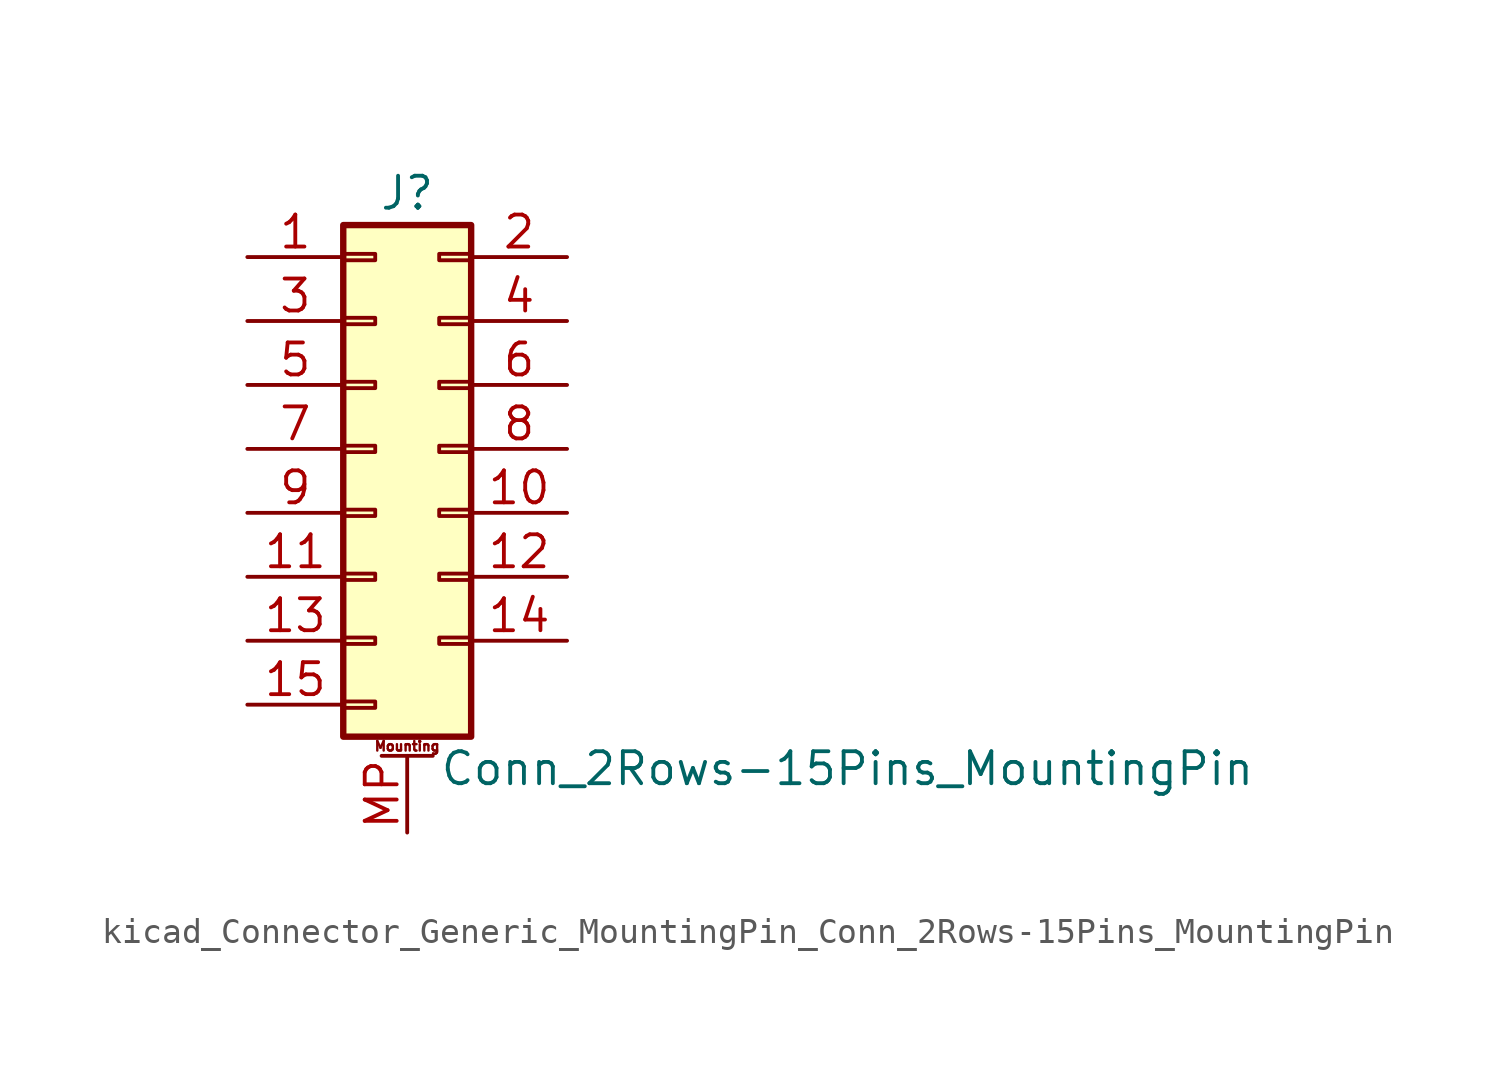
<source format=kicad_sym>
(kicad_symbol_lib
  (version 20220914)
  (generator kicad_symbol_editor)
  (symbol "kicad_Connector_Generic_MountingPin_Conn_2Rows-15Pins_MountingPin"
    (pin_names
      (offset 1.016) hide)
    (property "Reference" "J"
      (at 1.27 10.16 0)
      (effects (font (size 1.27 1.27))))
    (property "Value" "Conn_2Rows-15Pins_MountingPin"
      (at 2.54 -12.7 0)
      (effects (font (size 1.27 1.27)) (justify left)))
    (symbol "kicad_Connector_Generic_MountingPin_Conn_2Rows-15Pins_MountingPin_1_1"
      (rectangle (start -1.27 -10.033) (end 0 -10.287) (stroke (width 0.152) (type default)) (fill (type none)))
      (rectangle (start -1.27 -7.493) (end 0 -7.747) (stroke (width 0.152) (type default)) (fill (type none)))
      (rectangle (start -1.27 -4.953) (end 0 -5.207) (stroke (width 0.152) (type default)) (fill (type none)))
      (rectangle (start -1.27 -2.413) (end 0 -2.667) (stroke (width 0.152) (type default)) (fill (type none)))
      (rectangle (start -1.27 0.127) (end 0 -0.127) (stroke (width 0.152) (type default)) (fill (type none)))
      (rectangle (start -1.27 2.667) (end 0 2.413) (stroke (width 0.152) (type default)) (fill (type none)))
      (rectangle (start -1.27 5.207) (end 0 4.953) (stroke (width 0.152) (type default)) (fill (type none)))
      (rectangle (start -1.27 7.747) (end 0 7.493) (stroke (width 0.152) (type default)) (fill (type none)))
      (rectangle (start -1.27 8.89) (end 3.81 -11.43) (stroke (width 0.254) (type default)) (fill (type background)))
      (polyline (pts (xy 0.254 -12.192) (xy 2.286 -12.192)) (stroke (width 0.152) (type default)) (fill (type none)))
      (rectangle (start 3.81 -7.493) (end 2.54 -7.747) (stroke (width 0.152) (type default)) (fill (type none)))
      (rectangle (start 3.81 -4.953) (end 2.54 -5.207) (stroke (width 0.152) (type default)) (fill (type none)))
      (rectangle (start 3.81 -2.413) (end 2.54 -2.667) (stroke (width 0.152) (type default)) (fill (type none)))
      (rectangle (start 3.81 0.127) (end 2.54 -0.127) (stroke (width 0.152) (type default)) (fill (type none)))
      (rectangle (start 3.81 2.667) (end 2.54 2.413) (stroke (width 0.152) (type default)) (fill (type none)))
      (rectangle (start 3.81 5.207) (end 2.54 4.953) (stroke (width 0.152) (type default)) (fill (type none)))
      (rectangle (start 3.81 7.747) (end 2.54 7.493) (stroke (width 0.152) (type default)) (fill (type none)))
      (text "Mounting" (at 1.27 -11.811 0) (effects (font (size 0.381 0.381))))
      (pin passive line (at -5.08 7.62 0) (length 3.81) (name "Pin_1" (effects (font (size 1.27 1.27)))) (number "1" (effects (font (size 1.27 1.27)))))
      (pin passive line (at 7.62 -2.54 180) (length 3.81) (name "Pin_10" (effects (font (size 1.27 1.27)))) (number "10" (effects (font (size 1.27 1.27)))))
      (pin passive line (at -5.08 -5.08 0) (length 3.81) (name "Pin_11" (effects (font (size 1.27 1.27)))) (number "11" (effects (font (size 1.27 1.27)))))
      (pin passive line (at 7.62 -5.08 180) (length 3.81) (name "Pin_12" (effects (font (size 1.27 1.27)))) (number "12" (effects (font (size 1.27 1.27)))))
      (pin passive line (at -5.08 -7.62 0) (length 3.81) (name "Pin_13" (effects (font (size 1.27 1.27)))) (number "13" (effects (font (size 1.27 1.27)))))
      (pin passive line (at 7.62 -7.62 180) (length 3.81) (name "Pin_14" (effects (font (size 1.27 1.27)))) (number "14" (effects (font (size 1.27 1.27)))))
      (pin passive line (at -5.08 -10.16 0) (length 3.81) (name "Pin_15" (effects (font (size 1.27 1.27)))) (number "15" (effects (font (size 1.27 1.27)))))
      (pin passive line (at 7.62 7.62 180) (length 3.81) (name "Pin_2" (effects (font (size 1.27 1.27)))) (number "2" (effects (font (size 1.27 1.27)))))
      (pin passive line (at -5.08 5.08 0) (length 3.81) (name "Pin_3" (effects (font (size 1.27 1.27)))) (number "3" (effects (font (size 1.27 1.27)))))
      (pin passive line (at 7.62 5.08 180) (length 3.81) (name "Pin_4" (effects (font (size 1.27 1.27)))) (number "4" (effects (font (size 1.27 1.27)))))
      (pin passive line (at -5.08 2.54 0) (length 3.81) (name "Pin_5" (effects (font (size 1.27 1.27)))) (number "5" (effects (font (size 1.27 1.27)))))
      (pin passive line (at 7.62 2.54 180) (length 3.81) (name "Pin_6" (effects (font (size 1.27 1.27)))) (number "6" (effects (font (size 1.27 1.27)))))
      (pin passive line (at -5.08 0 0) (length 3.81) (name "Pin_7" (effects (font (size 1.27 1.27)))) (number "7" (effects (font (size 1.27 1.27)))))
      (pin passive line (at 7.62 0 180) (length 3.81) (name "Pin_8" (effects (font (size 1.27 1.27)))) (number "8" (effects (font (size 1.27 1.27)))))
      (pin passive line (at -5.08 -2.54 0) (length 3.81) (name "Pin_9" (effects (font (size 1.27 1.27)))) (number "9" (effects (font (size 1.27 1.27)))))
      (pin passive line (at 1.27 -15.24 90) (length 3.048) (name "MountPin" (effects (font (size 1.27 1.27)))) (number "MP" (effects (font (size 1.27 1.27))))))))
</source>
